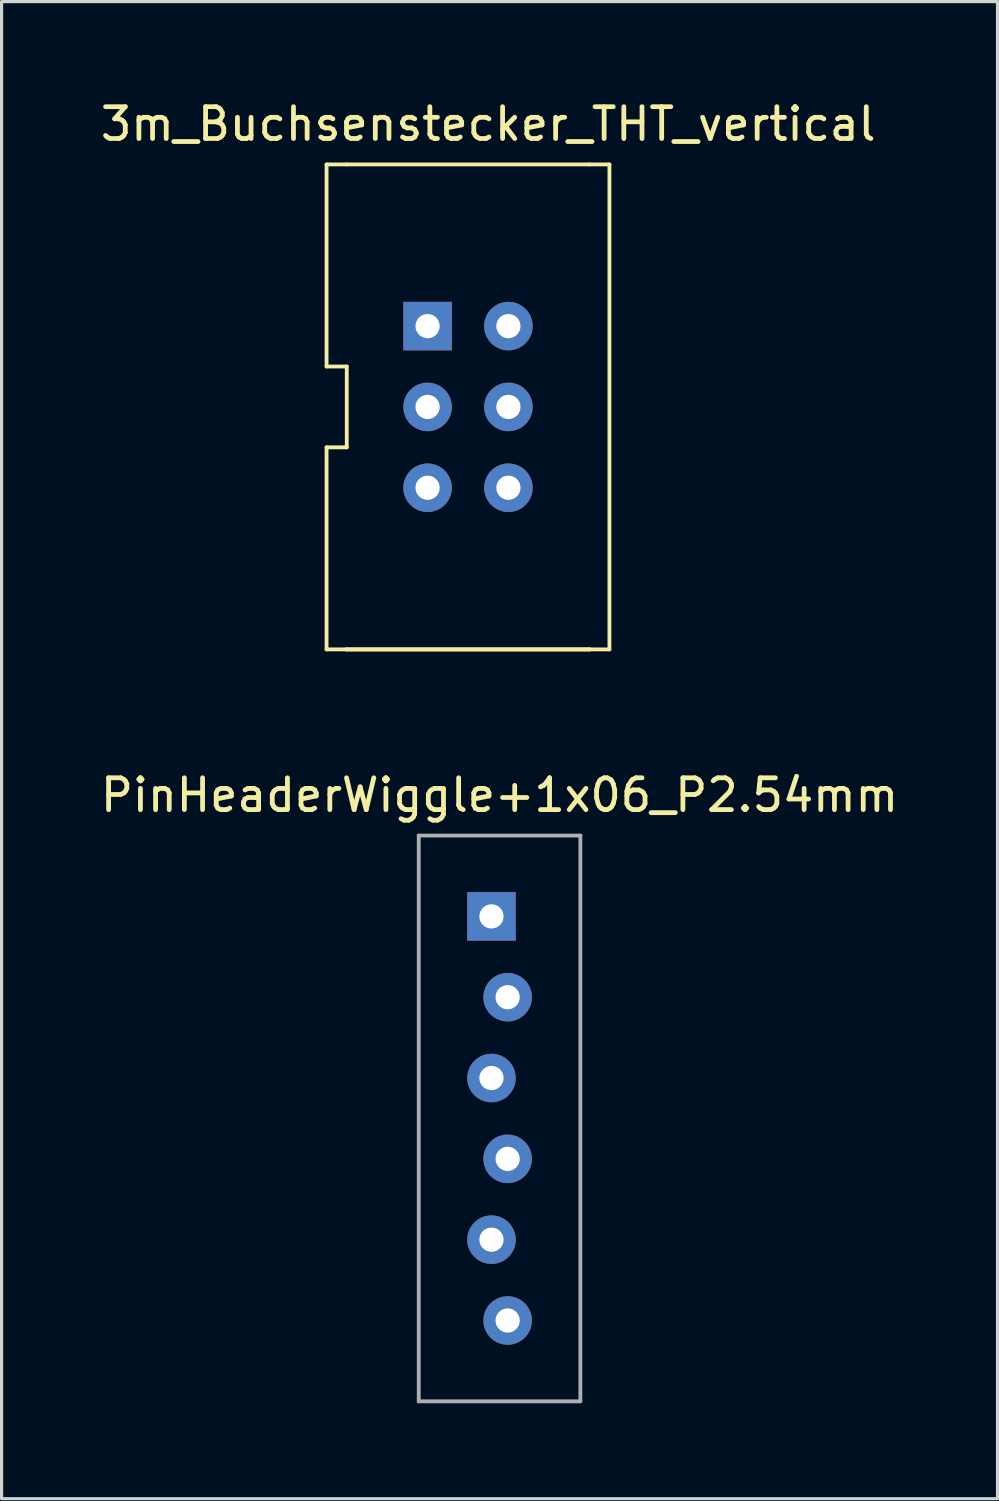
<source format=kicad_pcb>
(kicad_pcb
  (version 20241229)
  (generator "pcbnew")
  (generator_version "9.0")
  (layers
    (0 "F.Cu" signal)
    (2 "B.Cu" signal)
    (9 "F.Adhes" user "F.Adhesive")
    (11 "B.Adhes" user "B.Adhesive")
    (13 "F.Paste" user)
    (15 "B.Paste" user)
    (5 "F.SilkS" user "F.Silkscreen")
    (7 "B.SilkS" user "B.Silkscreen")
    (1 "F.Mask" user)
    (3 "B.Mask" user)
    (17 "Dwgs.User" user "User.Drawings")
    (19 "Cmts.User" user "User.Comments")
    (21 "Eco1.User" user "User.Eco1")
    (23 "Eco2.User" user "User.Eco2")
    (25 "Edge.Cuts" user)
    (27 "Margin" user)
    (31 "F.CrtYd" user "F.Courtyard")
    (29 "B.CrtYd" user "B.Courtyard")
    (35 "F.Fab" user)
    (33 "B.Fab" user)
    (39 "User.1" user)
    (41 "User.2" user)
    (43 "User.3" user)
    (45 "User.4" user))
  (footprint "PinHeaderWiggle+1x06_P2.54mm"
    (layer "F.Cu")
    (at 12.649 20.668)
    (property "Reference" "PinHeaderWiggle+1x06_P2.54mm" (at 0 1.27 0) (layer "F.SilkS") (effects (font (size 1 1) (thickness 0.15))))
    (attr through_hole)
    (fp_line (start -2.54 2.54) (end 2.54 2.54) (stroke (width 0.12) (type solid)) (layer "F.Fab"))
    (fp_line (start -2.54 20.32) (end -2.54 2.54) (stroke (width 0.12) (type solid)) (layer "F.Fab"))
    (fp_line (start 2.54 2.54) (end 2.54 20.32) (stroke (width 0.12) (type solid)) (layer "F.Fab"))
    (fp_line (start 2.54 20.32) (end -2.54 20.32) (stroke (width 0.12) (type solid)) (layer "F.Fab"))
    (pad "1" thru_hole rect (at -0.254 5.08) (size 1.524 1.524) (drill 0.762) (layers "*.Cu" "*.Mask"))
    (pad "2" thru_hole circle (at 0.254 7.62) (size 1.524 1.524) (drill 0.762) (layers "*.Cu" "*.Mask"))
    (pad "3" thru_hole circle (at -0.254 10.16) (size 1.524 1.524) (drill 0.762) (layers "*.Cu" "*.Mask"))
    (pad "4" thru_hole circle (at 0.254 12.7) (size 1.524 1.524) (drill 0.762) (layers "*.Cu" "*.Mask"))
    (pad "5" thru_hole circle (at -0.254 15.24) (size 1.524 1.524) (drill 0.762) (layers "*.Cu" "*.Mask"))
    (pad "6" thru_hole circle (at 0.254 17.78) (size 1.524 1.524) (drill 0.762) (layers "*.Cu" "*.Mask")))
  (footprint "3m_Buchsenstecker_THT_vertical"
    (layer "F.Cu")
    (at 11.657 4.658)
    (property "Reference" "3m_Buchsenstecker_THT_vertical" (at 0.635 -3.81 0) (layer "F.SilkS") (effects (font (size 1 1) (thickness 0.15))))
    (attr through_hole)
    (fp_line (start -4.445 -2.54) (end -4.445 3.81) (stroke (width 0.12) (type solid)) (layer "F.SilkS"))
    (fp_line (start -4.445 3.81) (end -3.81 3.81) (stroke (width 0.12) (type solid)) (layer "F.SilkS"))
    (fp_line (start -4.445 6.35) (end -4.445 12.7) (stroke (width 0.12) (type solid)) (layer "F.SilkS"))
    (fp_line (start -4.445 12.7) (end -3.81 12.7) (stroke (width 0.12) (type solid)) (layer "F.SilkS"))
    (fp_line (start -3.81 -2.54) (end -4.445 -2.54) (stroke (width 0.12) (type solid)) (layer "F.SilkS"))
    (fp_line (start -3.81 -2.54) (end 3.81 -2.54) (stroke (width 0.12) (type solid)) (layer "F.SilkS"))
    (fp_line (start -3.81 3.81) (end -3.81 6.35) (stroke (width 0.12) (type solid)) (layer "F.SilkS"))
    (fp_line (start -3.81 6.35) (end -4.445 6.35) (stroke (width 0.12) (type solid)) (layer "F.SilkS"))
    (fp_line (start -3.81 12.7) (end 3.81 12.7) (stroke (width 0.12) (type solid)) (layer "F.SilkS"))
    (fp_line (start 3.81 12.7) (end -3.81 12.7) (stroke (width 0.12) (type solid)) (layer "F.SilkS"))
    (fp_line (start 3.81 12.7) (end 4.445 12.7) (stroke (width 0.12) (type solid)) (layer "F.SilkS"))
    (fp_line (start 4.445 -2.54) (end 3.81 -2.54) (stroke (width 0.12) (type solid)) (layer "F.SilkS"))
    (fp_line (start 4.445 -2.54) (end 4.445 12.7) (stroke (width 0.12) (type solid)) (layer "F.SilkS"))
    (pad "1" thru_hole rect (at -1.27 2.54) (size 1.524 1.524) (drill 0.762) (layers "*.Cu" "*.Mask"))
    (pad "2" thru_hole circle (at 1.27 2.54) (size 1.524 1.524) (drill 0.762) (layers "*.Cu" "*.Mask"))
    (pad "3" thru_hole circle (at -1.27 5.08) (size 1.524 1.524) (drill 0.762) (layers "*.Cu" "*.Mask"))
    (pad "4" thru_hole circle (at 1.27 5.08) (size 1.524 1.524) (drill 0.762) (layers "*.Cu" "*.Mask"))
    (pad "5" thru_hole circle (at -1.27 7.62) (size 1.524 1.524) (drill 0.762) (layers "*.Cu" "*.Mask"))
    (pad "6" thru_hole circle (at 1.27 7.62) (size 1.524 1.524) (drill 0.762) (layers "*.Cu" "*.Mask")))
  (gr_rect
    (start -3 -3)
    (end 28.298 44.048)
    (stroke (width 0.1) (type default))
    (fill no)
    (layer "Edge.Cuts")))
</source>
